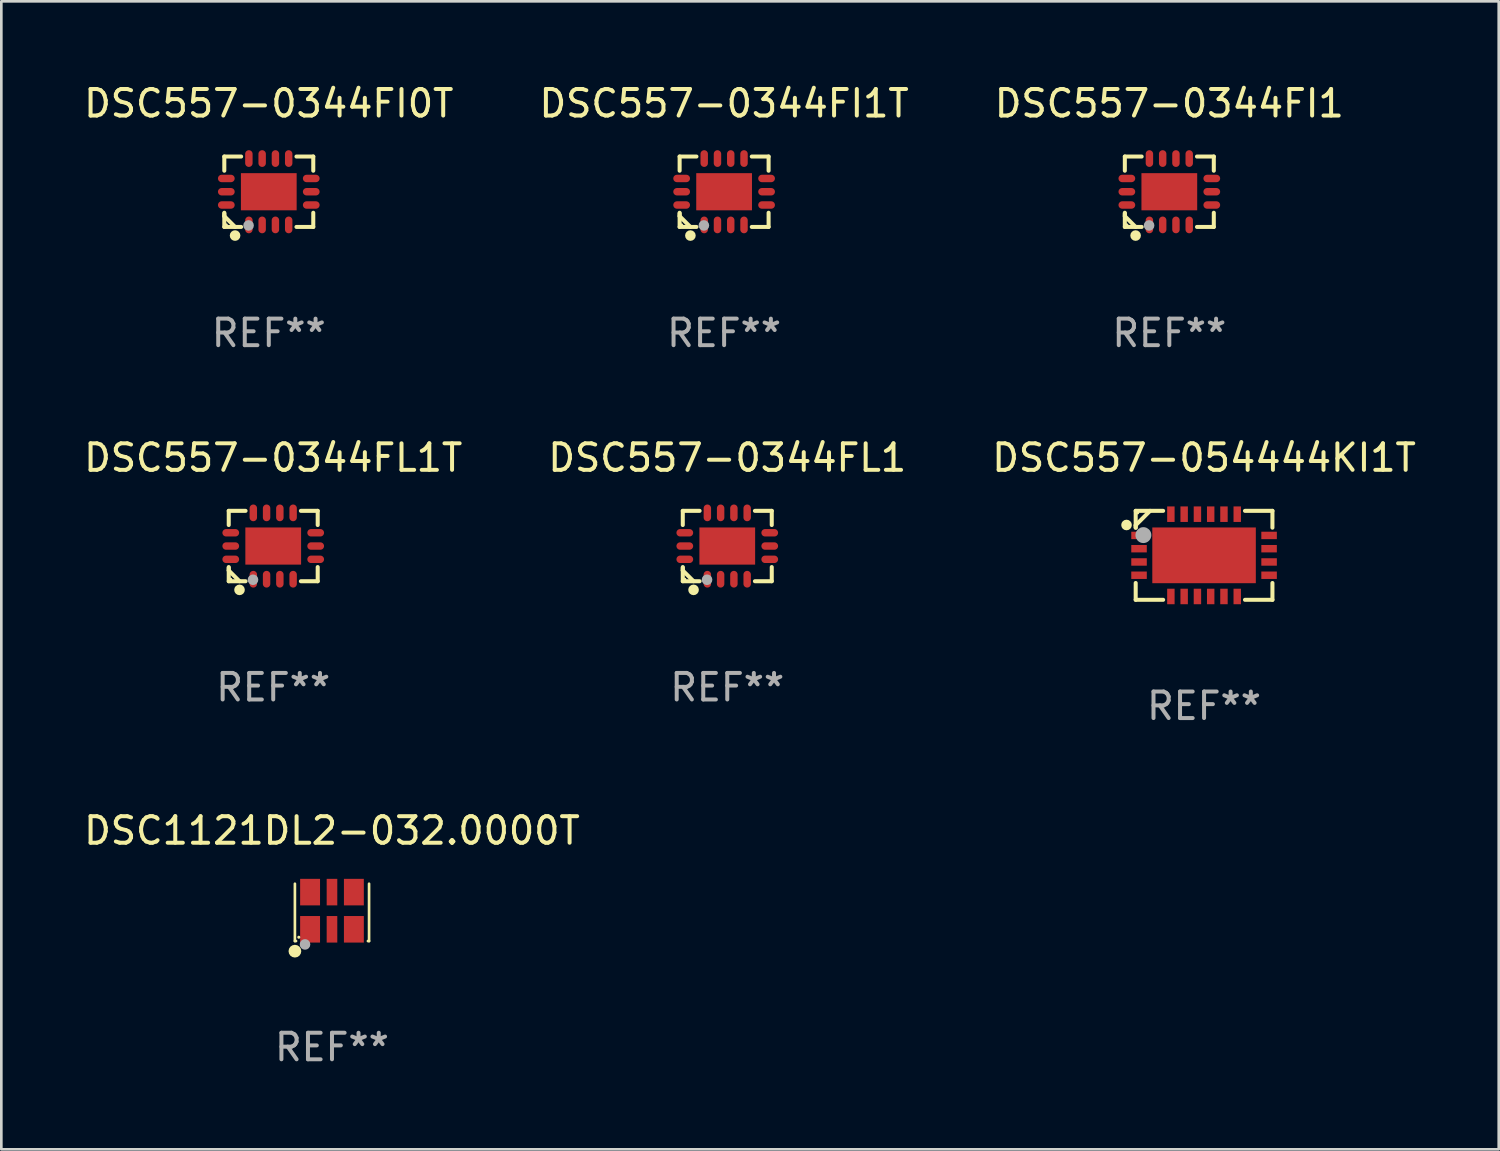
<source format=kicad_pcb>
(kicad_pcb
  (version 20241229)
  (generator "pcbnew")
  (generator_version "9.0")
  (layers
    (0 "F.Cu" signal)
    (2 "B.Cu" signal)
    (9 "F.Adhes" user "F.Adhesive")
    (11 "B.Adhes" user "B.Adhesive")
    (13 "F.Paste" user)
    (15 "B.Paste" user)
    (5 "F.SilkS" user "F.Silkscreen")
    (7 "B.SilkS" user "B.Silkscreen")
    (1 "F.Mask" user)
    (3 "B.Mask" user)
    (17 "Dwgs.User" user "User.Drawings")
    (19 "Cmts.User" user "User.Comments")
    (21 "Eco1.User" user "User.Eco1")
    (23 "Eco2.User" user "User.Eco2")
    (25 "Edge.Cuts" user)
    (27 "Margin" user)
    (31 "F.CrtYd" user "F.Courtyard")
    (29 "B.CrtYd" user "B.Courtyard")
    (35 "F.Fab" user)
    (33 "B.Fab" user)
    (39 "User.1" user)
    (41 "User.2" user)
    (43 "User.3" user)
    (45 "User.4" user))
  (footprint "DSC557-054444KI1T"
    (layer "F.Cu")
    (at 42.315 17.873)
    (property "Reference" "DSC557-054444KI1T" (at 0 -3.676 0) (layer "F.SilkS") (effects (font (size 1 1) (thickness 0.15))))
    (attr through_hole)
    (fp_line (start -2.576 -1.676) (end -1.542 -1.676) (stroke (width 0.152) (type solid)) (layer "F.SilkS"))
    (fp_line (start -2.576 -1.135) (end -2.035 -1.676) (stroke (width 0.152) (type solid)) (layer "F.SilkS"))
    (fp_line (start -2.576 -1.042) (end -2.576 -1.676) (stroke (width 0.152) (type solid)) (layer "F.SilkS"))
    (fp_line (start -2.576 -1.042) (end -2.576 -1.135) (stroke (width 0.152) (type solid)) (layer "F.SilkS"))
    (fp_line (start -2.576 1.042) (end -2.576 1.676) (stroke (width 0.152) (type solid)) (layer "F.SilkS"))
    (fp_line (start -2.576 1.676) (end -1.542 1.676) (stroke (width 0.152) (type solid)) (layer "F.SilkS"))
    (fp_line (start 2.576 -1.676) (end 1.542 -1.676) (stroke (width 0.152) (type solid)) (layer "F.SilkS"))
    (fp_line (start 2.576 -1.042) (end 2.576 -1.676) (stroke (width 0.152) (type solid)) (layer "F.SilkS"))
    (fp_line (start 2.576 1.042) (end 2.576 1.676) (stroke (width 0.152) (type solid)) (layer "F.SilkS"))
    (fp_line (start 2.576 1.676) (end 1.542 1.676) (stroke (width 0.152) (type solid)) (layer "F.SilkS"))
    (fp_circle (center -2.921 -1.143) (end -2.821 -1.143) (stroke (width 0.2) (type solid)) (fill no) (layer "F.SilkS"))
    (fp_circle (center -2.5 -1.6) (end -2.47 -1.6) (stroke (width 0.06) (type solid)) (fill no) (layer "F.SilkS"))
    (fp_circle (center -2.286 -0.762) (end -2.136 -0.762) (stroke (width 0.3) (type solid)) (fill no) (layer "F.Fab"))
    (fp_text user "REF**" (at 0 5.676 0) (layer "F.Fab") (effects (font (size 1 1) (thickness 0.15))))
    (pad "1" smd rect (at -2.45 -0.75) (size 0.585 0.28) (layers "F.Cu" "F.Mask" "F.Paste"))
    (pad "2" smd rect (at -2.45 -0.25) (size 0.585 0.28) (layers "F.Cu" "F.Mask" "F.Paste"))
    (pad "3" smd rect (at -2.45 0.25) (size 0.585 0.28) (layers "F.Cu" "F.Mask" "F.Paste"))
    (pad "4" smd rect (at -2.45 0.75) (size 0.585 0.28) (layers "F.Cu" "F.Mask" "F.Paste"))
    (pad "5" smd rect (at -1.25 1.55) (size 0.28 0.585) (layers "F.Cu" "F.Mask" "F.Paste"))
    (pad "6" smd rect (at -0.75 1.55) (size 0.28 0.585) (layers "F.Cu" "F.Mask" "F.Paste"))
    (pad "7" smd rect (at -0.25 1.55) (size 0.28 0.585) (layers "F.Cu" "F.Mask" "F.Paste"))
    (pad "8" smd rect (at 0.25 1.55) (size 0.28 0.585) (layers "F.Cu" "F.Mask" "F.Paste"))
    (pad "9" smd rect (at 0.75 1.55) (size 0.28 0.585) (layers "F.Cu" "F.Mask" "F.Paste"))
    (pad "10" smd rect (at 1.25 1.55) (size 0.28 0.585) (layers "F.Cu" "F.Mask" "F.Paste"))
    (pad "11" smd rect (at 2.45 0.75) (size 0.585 0.28) (layers "F.Cu" "F.Mask" "F.Paste"))
    (pad "12" smd rect (at 2.45 0.25) (size 0.585 0.28) (layers "F.Cu" "F.Mask" "F.Paste"))
    (pad "13" smd rect (at 2.45 -0.25) (size 0.585 0.28) (layers "F.Cu" "F.Mask" "F.Paste"))
    (pad "14" smd rect (at 2.45 -0.75) (size 0.585 0.28) (layers "F.Cu" "F.Mask" "F.Paste"))
    (pad "15" smd rect (at 1.25 -1.55) (size 0.28 0.585) (layers "F.Cu" "F.Mask" "F.Paste"))
    (pad "16" smd rect (at 0.75 -1.55) (size 0.28 0.585) (layers "F.Cu" "F.Mask" "F.Paste"))
    (pad "17" smd rect (at 0.25 -1.55) (size 0.28 0.585) (layers "F.Cu" "F.Mask" "F.Paste"))
    (pad "18" smd rect (at -0.25 -1.55) (size 0.28 0.585) (layers "F.Cu" "F.Mask" "F.Paste"))
    (pad "19" smd rect (at -0.75 -1.55) (size 0.28 0.585) (layers "F.Cu" "F.Mask" "F.Paste"))
    (pad "20" smd rect (at -1.25 -1.55) (size 0.28 0.585) (layers "F.Cu" "F.Mask" "F.Paste"))
    (pad "21" smd rect (at 0 0) (size 3.9 2.1) (layers "F.Cu" "F.Mask" "F.Paste")))
  (footprint "DSC1121DL2-032.0000T"
    (layer "F.Cu")
    (at 9.458 31.326)
    (property "Reference" "DSC1121DL2-032.0000T" (at 0 -3.08 0) (layer "F.SilkS") (effects (font (size 1 1) (thickness 0.15))))
    (attr through_hole)
    (fp_line (start -1.397 -1.08) (end -1.397 1.08) (stroke (width 0.1) (type solid)) (layer "F.SilkS"))
    (fp_line (start -1.397 1.08) (end -1.354 1.08) (stroke (width 0.1) (type solid)) (layer "F.SilkS"))
    (fp_line (start 1.354 1.08) (end 1.397 1.08) (stroke (width 0.1) (type solid)) (layer "F.SilkS"))
    (fp_line (start 1.397 1.08) (end 1.397 -1.08) (stroke (width 0.1) (type solid)) (layer "F.SilkS"))
    (fp_circle (center -1.397 1.461) (end -1.277 1.461) (stroke (width 0.24) (type solid)) (fill no) (layer "F.SilkS"))
    (fp_circle (center -1.25 0.936) (end -1.22 0.936) (stroke (width 0.06) (type solid)) (fill no) (layer "F.SilkS"))
    (fp_circle (center -1.016 1.207) (end -0.916 1.207) (stroke (width 0.2) (type solid)) (fill no) (layer "F.Fab"))
    (fp_text user "REF**" (at 0 5.08 0) (layer "F.Fab") (effects (font (size 1 1) (thickness 0.15))))
    (pad "1" smd rect (at -0.825 0.637) (size 0.75 1) (layers "F.Cu" "F.Mask" "F.Paste"))
    (pad "2" smd rect (at 0 0.637) (size 0.4 1) (layers "F.Cu" "F.Mask" "F.Paste"))
    (pad "3" smd rect (at 0.825 0.637) (size 0.75 1) (layers "F.Cu" "F.Mask" "F.Paste"))
    (pad "4" smd rect (at 0.825 -0.764) (size 0.75 1) (layers "F.Cu" "F.Mask" "F.Paste"))
    (pad "5" smd rect (at 0 -0.764) (size 0.4 1) (layers "F.Cu" "F.Mask" "F.Paste"))
    (pad "6" smd rect (at -0.825 -0.764) (size 0.75 1) (layers "F.Cu" "F.Mask" "F.Paste")))
  (footprint "DSC557-0344FL1"
    (layer "F.Cu")
    (at 24.351 17.523)
    (property "Reference" "DSC557-0344FL1" (at 0 -3.326 0) (layer "F.SilkS") (effects (font (size 1 1) (thickness 0.15))))
    (attr through_hole)
    (fp_line (start -1.676 -1.326) (end -1.676 -0.792) (stroke (width 0.152) (type solid)) (layer "F.SilkS"))
    (fp_line (start -1.676 0.82) (end -1.676 0.921) (stroke (width 0.152) (type solid)) (layer "F.SilkS"))
    (fp_line (start -1.676 0.921) (end -1.271 1.326) (stroke (width 0.152) (type solid)) (layer "F.SilkS"))
    (fp_line (start -1.676 1.326) (end -1.676 0.792) (stroke (width 0.152) (type solid)) (layer "F.SilkS"))
    (fp_line (start -1.042 -1.326) (end -1.676 -1.326) (stroke (width 0.152) (type solid)) (layer "F.SilkS"))
    (fp_line (start -1.042 1.326) (end -1.676 1.326) (stroke (width 0.152) (type solid)) (layer "F.SilkS"))
    (fp_line (start 1.042 -1.326) (end 1.676 -1.326) (stroke (width 0.152) (type solid)) (layer "F.SilkS"))
    (fp_line (start 1.042 1.326) (end 1.676 1.326) (stroke (width 0.152) (type solid)) (layer "F.SilkS"))
    (fp_line (start 1.676 -1.326) (end 1.676 -0.792) (stroke (width 0.152) (type solid)) (layer "F.SilkS"))
    (fp_line (start 1.676 1.326) (end 1.676 0.792) (stroke (width 0.152) (type solid)) (layer "F.SilkS"))
    (fp_circle (center -1.6 1.25) (end -1.57 1.25) (stroke (width 0.06) (type solid)) (fill no) (layer "F.SilkS"))
    (fp_circle (center -1.27 1.651) (end -1.17 1.651) (stroke (width 0.2) (type solid)) (fill no) (layer "F.SilkS"))
    (fp_circle (center -0.762 1.27) (end -0.662 1.27) (stroke (width 0.2) (type solid)) (fill no) (layer "F.Fab"))
    (fp_text user "REF**" (at 0 5.326 0) (layer "F.Fab") (effects (font (size 1 1) (thickness 0.15))))
    (pad "1" smd oval (at -0.75 1.25) (size 0.28 0.63) (layers "F.Cu" "F.Mask" "F.Paste"))
    (pad "2" smd oval (at -0.25 1.25) (size 0.28 0.63) (layers "F.Cu" "F.Mask" "F.Paste"))
    (pad "3" smd oval (at 0.25 1.25) (size 0.28 0.63) (layers "F.Cu" "F.Mask" "F.Paste"))
    (pad "4" smd oval (at 0.75 1.25) (size 0.28 0.63) (layers "F.Cu" "F.Mask" "F.Paste"))
    (pad "5" smd oval (at 1.6 0.5) (size 0.63 0.28) (layers "F.Cu" "F.Mask" "F.Paste"))
    (pad "6" smd oval (at 1.6 -0.000013) (size 0.63 0.28) (layers "F.Cu" "F.Mask" "F.Paste"))
    (pad "7" smd oval (at 1.6 -0.5) (size 0.63 0.28) (layers "F.Cu" "F.Mask" "F.Paste"))
    (pad "8" smd oval (at 0.75 -1.25) (size 0.28 0.63) (layers "F.Cu" "F.Mask" "F.Paste"))
    (pad "9" smd oval (at 0.25 -1.25) (size 0.28 0.63) (layers "F.Cu" "F.Mask" "F.Paste"))
    (pad "10" smd oval (at -0.25 -1.25) (size 0.28 0.63) (layers "F.Cu" "F.Mask" "F.Paste"))
    (pad "11" smd oval (at -0.75 -1.25) (size 0.28 0.63) (layers "F.Cu" "F.Mask" "F.Paste"))
    (pad "12" smd oval (at -1.6 -0.5) (size 0.63 0.28) (layers "F.Cu" "F.Mask" "F.Paste"))
    (pad "13" smd oval (at -1.6 -0.000013) (size 0.63 0.28) (layers "F.Cu" "F.Mask" "F.Paste"))
    (pad "14" smd oval (at -1.6 0.5) (size 0.63 0.28) (layers "F.Cu" "F.Mask" "F.Paste"))
    (pad "15" smd rect (at 0 -0.000013) (size 2.1 1.4) (layers "F.Cu" "F.Mask" "F.Paste")))
  (footprint "DSC557-0344FI1T"
    (layer "F.Cu")
    (at 24.232 4.174)
    (property "Reference" "DSC557-0344FI1T" (at 0 -3.326 0) (layer "F.SilkS") (effects (font (size 1 1) (thickness 0.15))))
    (attr through_hole)
    (fp_line (start -1.676 -1.326) (end -1.676 -0.792) (stroke (width 0.152) (type solid)) (layer "F.SilkS"))
    (fp_line (start -1.676 0.82) (end -1.676 0.921) (stroke (width 0.152) (type solid)) (layer "F.SilkS"))
    (fp_line (start -1.676 0.921) (end -1.271 1.326) (stroke (width 0.152) (type solid)) (layer "F.SilkS"))
    (fp_line (start -1.676 1.326) (end -1.676 0.792) (stroke (width 0.152) (type solid)) (layer "F.SilkS"))
    (fp_line (start -1.042 -1.326) (end -1.676 -1.326) (stroke (width 0.152) (type solid)) (layer "F.SilkS"))
    (fp_line (start -1.042 1.326) (end -1.676 1.326) (stroke (width 0.152) (type solid)) (layer "F.SilkS"))
    (fp_line (start 1.042 -1.326) (end 1.676 -1.326) (stroke (width 0.152) (type solid)) (layer "F.SilkS"))
    (fp_line (start 1.042 1.326) (end 1.676 1.326) (stroke (width 0.152) (type solid)) (layer "F.SilkS"))
    (fp_line (start 1.676 -1.326) (end 1.676 -0.792) (stroke (width 0.152) (type solid)) (layer "F.SilkS"))
    (fp_line (start 1.676 1.326) (end 1.676 0.792) (stroke (width 0.152) (type solid)) (layer "F.SilkS"))
    (fp_circle (center -1.6 1.25) (end -1.57 1.25) (stroke (width 0.06) (type solid)) (fill no) (layer "F.SilkS"))
    (fp_circle (center -1.27 1.651) (end -1.17 1.651) (stroke (width 0.2) (type solid)) (fill no) (layer "F.SilkS"))
    (fp_circle (center -0.762 1.27) (end -0.662 1.27) (stroke (width 0.2) (type solid)) (fill no) (layer "F.Fab"))
    (fp_text user "REF**" (at 0 5.326 0) (layer "F.Fab") (effects (font (size 1 1) (thickness 0.15))))
    (pad "1" smd oval (at -0.75 1.25) (size 0.28 0.63) (layers "F.Cu" "F.Mask" "F.Paste"))
    (pad "2" smd oval (at -0.25 1.25) (size 0.28 0.63) (layers "F.Cu" "F.Mask" "F.Paste"))
    (pad "3" smd oval (at 0.25 1.25) (size 0.28 0.63) (layers "F.Cu" "F.Mask" "F.Paste"))
    (pad "4" smd oval (at 0.75 1.25) (size 0.28 0.63) (layers "F.Cu" "F.Mask" "F.Paste"))
    (pad "5" smd oval (at 1.6 0.5) (size 0.63 0.28) (layers "F.Cu" "F.Mask" "F.Paste"))
    (pad "6" smd oval (at 1.6 -0.000013) (size 0.63 0.28) (layers "F.Cu" "F.Mask" "F.Paste"))
    (pad "7" smd oval (at 1.6 -0.5) (size 0.63 0.28) (layers "F.Cu" "F.Mask" "F.Paste"))
    (pad "8" smd oval (at 0.75 -1.25) (size 0.28 0.63) (layers "F.Cu" "F.Mask" "F.Paste"))
    (pad "9" smd oval (at 0.25 -1.25) (size 0.28 0.63) (layers "F.Cu" "F.Mask" "F.Paste"))
    (pad "10" smd oval (at -0.25 -1.25) (size 0.28 0.63) (layers "F.Cu" "F.Mask" "F.Paste"))
    (pad "11" smd oval (at -0.75 -1.25) (size 0.28 0.63) (layers "F.Cu" "F.Mask" "F.Paste"))
    (pad "12" smd oval (at -1.6 -0.5) (size 0.63 0.28) (layers "F.Cu" "F.Mask" "F.Paste"))
    (pad "13" smd oval (at -1.6 -0.000013) (size 0.63 0.28) (layers "F.Cu" "F.Mask" "F.Paste"))
    (pad "14" smd oval (at -1.6 0.5) (size 0.63 0.28) (layers "F.Cu" "F.Mask" "F.Paste"))
    (pad "15" smd rect (at 0 -0.000013) (size 2.1 1.4) (layers "F.Cu" "F.Mask" "F.Paste")))
  (footprint "DSC557-0344FL1T"
    (layer "F.Cu")
    (at 7.244 17.523)
    (property "Reference" "DSC557-0344FL1T" (at 0 -3.326 0) (layer "F.SilkS") (effects (font (size 1 1) (thickness 0.15))))
    (attr through_hole)
    (fp_line (start -1.676 -1.326) (end -1.676 -0.792) (stroke (width 0.152) (type solid)) (layer "F.SilkS"))
    (fp_line (start -1.676 0.82) (end -1.676 0.921) (stroke (width 0.152) (type solid)) (layer "F.SilkS"))
    (fp_line (start -1.676 0.921) (end -1.271 1.326) (stroke (width 0.152) (type solid)) (layer "F.SilkS"))
    (fp_line (start -1.676 1.326) (end -1.676 0.792) (stroke (width 0.152) (type solid)) (layer "F.SilkS"))
    (fp_line (start -1.042 -1.326) (end -1.676 -1.326) (stroke (width 0.152) (type solid)) (layer "F.SilkS"))
    (fp_line (start -1.042 1.326) (end -1.676 1.326) (stroke (width 0.152) (type solid)) (layer "F.SilkS"))
    (fp_line (start 1.042 -1.326) (end 1.676 -1.326) (stroke (width 0.152) (type solid)) (layer "F.SilkS"))
    (fp_line (start 1.042 1.326) (end 1.676 1.326) (stroke (width 0.152) (type solid)) (layer "F.SilkS"))
    (fp_line (start 1.676 -1.326) (end 1.676 -0.792) (stroke (width 0.152) (type solid)) (layer "F.SilkS"))
    (fp_line (start 1.676 1.326) (end 1.676 0.792) (stroke (width 0.152) (type solid)) (layer "F.SilkS"))
    (fp_circle (center -1.6 1.25) (end -1.57 1.25) (stroke (width 0.06) (type solid)) (fill no) (layer "F.SilkS"))
    (fp_circle (center -1.27 1.651) (end -1.17 1.651) (stroke (width 0.2) (type solid)) (fill no) (layer "F.SilkS"))
    (fp_circle (center -0.762 1.27) (end -0.662 1.27) (stroke (width 0.2) (type solid)) (fill no) (layer "F.Fab"))
    (fp_text user "REF**" (at 0 5.326 0) (layer "F.Fab") (effects (font (size 1 1) (thickness 0.15))))
    (pad "1" smd oval (at -0.75 1.25) (size 0.28 0.63) (layers "F.Cu" "F.Mask" "F.Paste"))
    (pad "2" smd oval (at -0.25 1.25) (size 0.28 0.63) (layers "F.Cu" "F.Mask" "F.Paste"))
    (pad "3" smd oval (at 0.25 1.25) (size 0.28 0.63) (layers "F.Cu" "F.Mask" "F.Paste"))
    (pad "4" smd oval (at 0.75 1.25) (size 0.28 0.63) (layers "F.Cu" "F.Mask" "F.Paste"))
    (pad "5" smd oval (at 1.6 0.5) (size 0.63 0.28) (layers "F.Cu" "F.Mask" "F.Paste"))
    (pad "6" smd oval (at 1.6 -0.000013) (size 0.63 0.28) (layers "F.Cu" "F.Mask" "F.Paste"))
    (pad "7" smd oval (at 1.6 -0.5) (size 0.63 0.28) (layers "F.Cu" "F.Mask" "F.Paste"))
    (pad "8" smd oval (at 0.75 -1.25) (size 0.28 0.63) (layers "F.Cu" "F.Mask" "F.Paste"))
    (pad "9" smd oval (at 0.25 -1.25) (size 0.28 0.63) (layers "F.Cu" "F.Mask" "F.Paste"))
    (pad "10" smd oval (at -0.25 -1.25) (size 0.28 0.63) (layers "F.Cu" "F.Mask" "F.Paste"))
    (pad "11" smd oval (at -0.75 -1.25) (size 0.28 0.63) (layers "F.Cu" "F.Mask" "F.Paste"))
    (pad "12" smd oval (at -1.6 -0.5) (size 0.63 0.28) (layers "F.Cu" "F.Mask" "F.Paste"))
    (pad "13" smd oval (at -1.6 -0.000013) (size 0.63 0.28) (layers "F.Cu" "F.Mask" "F.Paste"))
    (pad "14" smd oval (at -1.6 0.5) (size 0.63 0.28) (layers "F.Cu" "F.Mask" "F.Paste"))
    (pad "15" smd rect (at 0 -0.000013) (size 2.1 1.4) (layers "F.Cu" "F.Mask" "F.Paste")))
  (footprint "DSC557-0344FI0T"
    (layer "F.Cu")
    (at 7.077 4.174)
    (property "Reference" "DSC557-0344FI0T" (at 0 -3.326 0) (layer "F.SilkS") (effects (font (size 1 1) (thickness 0.15))))
    (attr through_hole)
    (fp_line (start -1.676 -1.326) (end -1.676 -0.792) (stroke (width 0.152) (type solid)) (layer "F.SilkS"))
    (fp_line (start -1.676 0.82) (end -1.676 0.921) (stroke (width 0.152) (type solid)) (layer "F.SilkS"))
    (fp_line (start -1.676 0.921) (end -1.271 1.326) (stroke (width 0.152) (type solid)) (layer "F.SilkS"))
    (fp_line (start -1.676 1.326) (end -1.676 0.792) (stroke (width 0.152) (type solid)) (layer "F.SilkS"))
    (fp_line (start -1.042 -1.326) (end -1.676 -1.326) (stroke (width 0.152) (type solid)) (layer "F.SilkS"))
    (fp_line (start -1.042 1.326) (end -1.676 1.326) (stroke (width 0.152) (type solid)) (layer "F.SilkS"))
    (fp_line (start 1.042 -1.326) (end 1.676 -1.326) (stroke (width 0.152) (type solid)) (layer "F.SilkS"))
    (fp_line (start 1.042 1.326) (end 1.676 1.326) (stroke (width 0.152) (type solid)) (layer "F.SilkS"))
    (fp_line (start 1.676 -1.326) (end 1.676 -0.792) (stroke (width 0.152) (type solid)) (layer "F.SilkS"))
    (fp_line (start 1.676 1.326) (end 1.676 0.792) (stroke (width 0.152) (type solid)) (layer "F.SilkS"))
    (fp_circle (center -1.6 1.25) (end -1.57 1.25) (stroke (width 0.06) (type solid)) (fill no) (layer "F.SilkS"))
    (fp_circle (center -1.27 1.651) (end -1.17 1.651) (stroke (width 0.2) (type solid)) (fill no) (layer "F.SilkS"))
    (fp_circle (center -0.762 1.27) (end -0.662 1.27) (stroke (width 0.2) (type solid)) (fill no) (layer "F.Fab"))
    (fp_text user "REF**" (at 0 5.326 0) (layer "F.Fab") (effects (font (size 1 1) (thickness 0.15))))
    (pad "1" smd oval (at -0.75 1.25) (size 0.28 0.63) (layers "F.Cu" "F.Mask" "F.Paste"))
    (pad "2" smd oval (at -0.25 1.25) (size 0.28 0.63) (layers "F.Cu" "F.Mask" "F.Paste"))
    (pad "3" smd oval (at 0.25 1.25) (size 0.28 0.63) (layers "F.Cu" "F.Mask" "F.Paste"))
    (pad "4" smd oval (at 0.75 1.25) (size 0.28 0.63) (layers "F.Cu" "F.Mask" "F.Paste"))
    (pad "5" smd oval (at 1.6 0.5) (size 0.63 0.28) (layers "F.Cu" "F.Mask" "F.Paste"))
    (pad "6" smd oval (at 1.6 -0.000013) (size 0.63 0.28) (layers "F.Cu" "F.Mask" "F.Paste"))
    (pad "7" smd oval (at 1.6 -0.5) (size 0.63 0.28) (layers "F.Cu" "F.Mask" "F.Paste"))
    (pad "8" smd oval (at 0.75 -1.25) (size 0.28 0.63) (layers "F.Cu" "F.Mask" "F.Paste"))
    (pad "9" smd oval (at 0.25 -1.25) (size 0.28 0.63) (layers "F.Cu" "F.Mask" "F.Paste"))
    (pad "10" smd oval (at -0.25 -1.25) (size 0.28 0.63) (layers "F.Cu" "F.Mask" "F.Paste"))
    (pad "11" smd oval (at -0.75 -1.25) (size 0.28 0.63) (layers "F.Cu" "F.Mask" "F.Paste"))
    (pad "12" smd oval (at -1.6 -0.5) (size 0.63 0.28) (layers "F.Cu" "F.Mask" "F.Paste"))
    (pad "13" smd oval (at -1.6 -0.000013) (size 0.63 0.28) (layers "F.Cu" "F.Mask" "F.Paste"))
    (pad "14" smd oval (at -1.6 0.5) (size 0.63 0.28) (layers "F.Cu" "F.Mask" "F.Paste"))
    (pad "15" smd rect (at 0 -0.000013) (size 2.1 1.4) (layers "F.Cu" "F.Mask" "F.Paste")))
  (footprint "DSC557-0344FI1"
    (layer "F.Cu")
    (at 41.006 4.174)
    (property "Reference" "DSC557-0344FI1" (at 0 -3.326 0) (layer "F.SilkS") (effects (font (size 1 1) (thickness 0.15))))
    (attr through_hole)
    (fp_line (start -1.676 -1.326) (end -1.676 -0.792) (stroke (width 0.152) (type solid)) (layer "F.SilkS"))
    (fp_line (start -1.676 0.82) (end -1.676 0.921) (stroke (width 0.152) (type solid)) (layer "F.SilkS"))
    (fp_line (start -1.676 0.921) (end -1.271 1.326) (stroke (width 0.152) (type solid)) (layer "F.SilkS"))
    (fp_line (start -1.676 1.326) (end -1.676 0.792) (stroke (width 0.152) (type solid)) (layer "F.SilkS"))
    (fp_line (start -1.042 -1.326) (end -1.676 -1.326) (stroke (width 0.152) (type solid)) (layer "F.SilkS"))
    (fp_line (start -1.042 1.326) (end -1.676 1.326) (stroke (width 0.152) (type solid)) (layer "F.SilkS"))
    (fp_line (start 1.042 -1.326) (end 1.676 -1.326) (stroke (width 0.152) (type solid)) (layer "F.SilkS"))
    (fp_line (start 1.042 1.326) (end 1.676 1.326) (stroke (width 0.152) (type solid)) (layer "F.SilkS"))
    (fp_line (start 1.676 -1.326) (end 1.676 -0.792) (stroke (width 0.152) (type solid)) (layer "F.SilkS"))
    (fp_line (start 1.676 1.326) (end 1.676 0.792) (stroke (width 0.152) (type solid)) (layer "F.SilkS"))
    (fp_circle (center -1.6 1.25) (end -1.57 1.25) (stroke (width 0.06) (type solid)) (fill no) (layer "F.SilkS"))
    (fp_circle (center -1.27 1.651) (end -1.17 1.651) (stroke (width 0.2) (type solid)) (fill no) (layer "F.SilkS"))
    (fp_circle (center -0.762 1.27) (end -0.662 1.27) (stroke (width 0.2) (type solid)) (fill no) (layer "F.Fab"))
    (fp_text user "REF**" (at 0 5.326 0) (layer "F.Fab") (effects (font (size 1 1) (thickness 0.15))))
    (pad "1" smd oval (at -0.75 1.25) (size 0.28 0.63) (layers "F.Cu" "F.Mask" "F.Paste"))
    (pad "2" smd oval (at -0.25 1.25) (size 0.28 0.63) (layers "F.Cu" "F.Mask" "F.Paste"))
    (pad "3" smd oval (at 0.25 1.25) (size 0.28 0.63) (layers "F.Cu" "F.Mask" "F.Paste"))
    (pad "4" smd oval (at 0.75 1.25) (size 0.28 0.63) (layers "F.Cu" "F.Mask" "F.Paste"))
    (pad "5" smd oval (at 1.6 0.5) (size 0.63 0.28) (layers "F.Cu" "F.Mask" "F.Paste"))
    (pad "6" smd oval (at 1.6 -0.000013) (size 0.63 0.28) (layers "F.Cu" "F.Mask" "F.Paste"))
    (pad "7" smd oval (at 1.6 -0.5) (size 0.63 0.28) (layers "F.Cu" "F.Mask" "F.Paste"))
    (pad "8" smd oval (at 0.75 -1.25) (size 0.28 0.63) (layers "F.Cu" "F.Mask" "F.Paste"))
    (pad "9" smd oval (at 0.25 -1.25) (size 0.28 0.63) (layers "F.Cu" "F.Mask" "F.Paste"))
    (pad "10" smd oval (at -0.25 -1.25) (size 0.28 0.63) (layers "F.Cu" "F.Mask" "F.Paste"))
    (pad "11" smd oval (at -0.75 -1.25) (size 0.28 0.63) (layers "F.Cu" "F.Mask" "F.Paste"))
    (pad "12" smd oval (at -1.6 -0.5) (size 0.63 0.28) (layers "F.Cu" "F.Mask" "F.Paste"))
    (pad "13" smd oval (at -1.6 -0.000013) (size 0.63 0.28) (layers "F.Cu" "F.Mask" "F.Paste"))
    (pad "14" smd oval (at -1.6 0.5) (size 0.63 0.28) (layers "F.Cu" "F.Mask" "F.Paste"))
    (pad "15" smd rect (at 0 -0.000013) (size 2.1 1.4) (layers "F.Cu" "F.Mask" "F.Paste")))
  (gr_rect
    (start -3 -3)
    (end 53.417 40.253)
    (stroke (width 0.1) (type default))
    (fill no)
    (layer "Edge.Cuts")))
</source>
